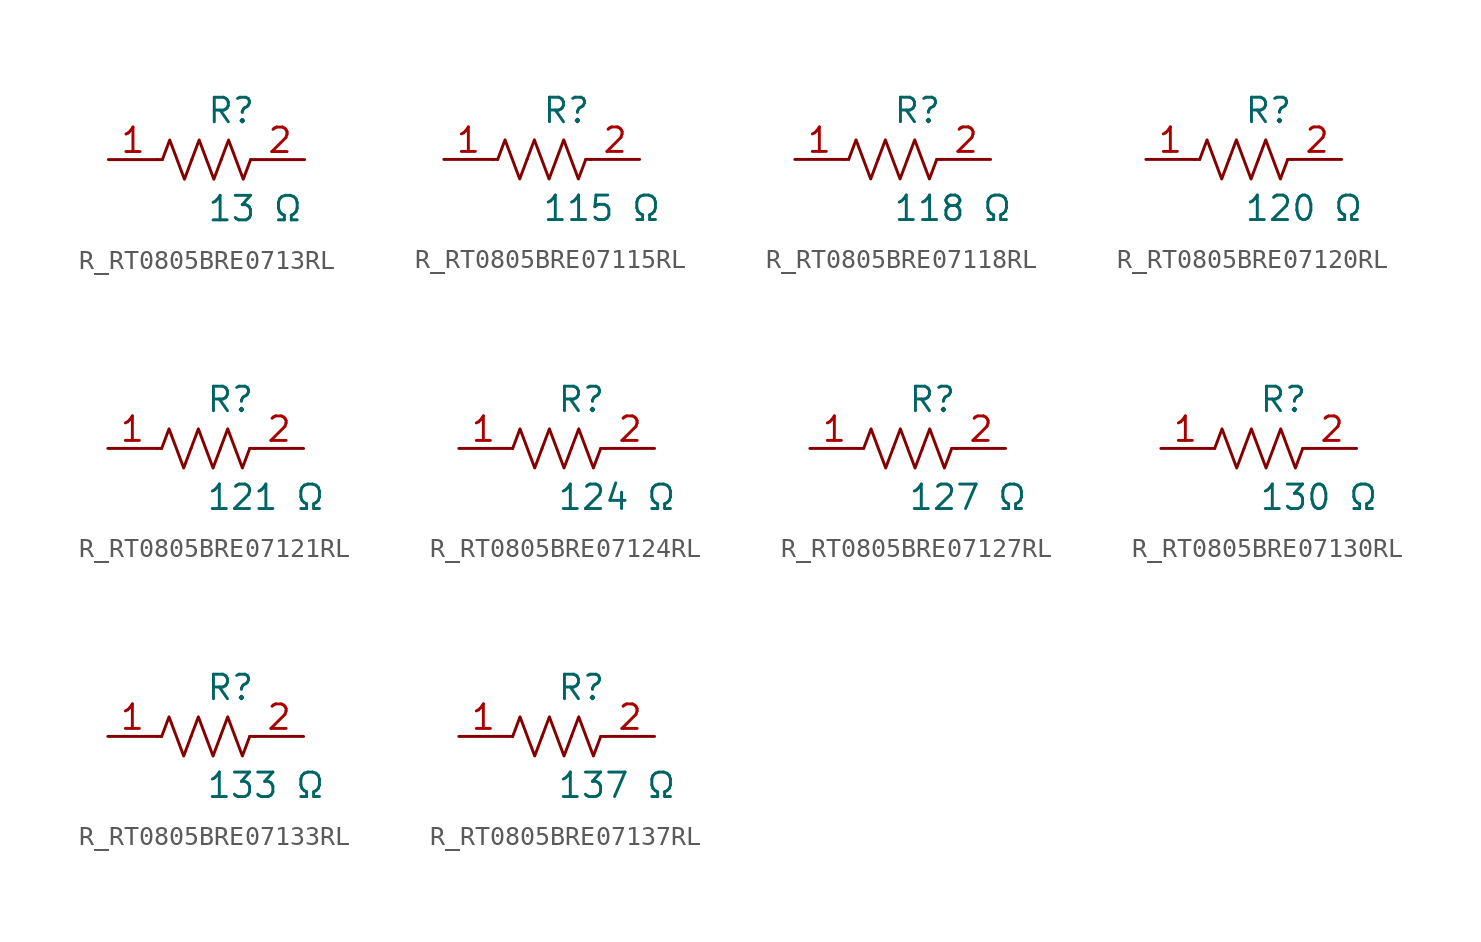
<source format=kicad_sym>
(kicad_symbol_lib
  (version 20231120)
  (generator kicad_symbol_editor)
  (generator_version 8.0)
  (symbol "R_RT0805BRE0713RL"
    (pin_names
      (offset 0.254))
    (property "Reference" "R"
      (at 0.0 2.54 0)
      (effects (font (size 1.27 1.27)) (justify left)))
    (property "Value" "13 Ω"
      (at 0.0 -2.54 0)
      (effects (font (size 1.27 1.27)) (justify left)))
    (symbol "R_RT0805BRE0713RL_0_1"
      (polyline (pts (xy 2.286 0) (xy 2.54 0)) (stroke (width 0) (type default)) (fill (type none)))
      (polyline (pts (xy -2.286 0) (xy -2.54 0)) (stroke (width 0) (type default)) (fill (type none)))
      (polyline (pts (xy 0.762 0) (xy 1.143 1.016) (xy 1.524 0) (xy 1.905 -1.016) (xy 2.286 0)) (stroke (width 0) (type default)) (fill (type none)))
      (polyline (pts (xy -0.762 0) (xy -0.381 1.016) (xy 0 0) (xy 0.381 -1.016) (xy 0.762 0)) (stroke (width 0) (type default)) (fill (type none)))
      (polyline (pts (xy -2.286 0) (xy -1.905 1.016) (xy -1.524 0) (xy -1.143 -1.016) (xy -0.762 0)) (stroke (width 0) (type default)) (fill (type none))))
    (pin unspecified line
      (at -5.08 0 0)
      (length 2.54)
      (name "" (effects (font (size 1.27 1.27))))
      (number "1" (effects (font (size 1.27 1.27)))))
    (pin unspecified line
      (at 5.08 0 180)
      (length 2.54)
      (name "" (effects (font (size 1.27 1.27))))
      (number "2" (effects (font (size 1.27 1.27))))))
  (symbol "R_RT0805BRE07115RL"
    (pin_names
      (offset 0.254))
    (property "Reference" "R"
      (at 0.0 2.54 0)
      (effects (font (size 1.27 1.27)) (justify left)))
    (property "Value" "115 Ω"
      (at 0.0 -2.54 0)
      (effects (font (size 1.27 1.27)) (justify left)))
    (symbol "R_RT0805BRE07115RL_0_1"
      (polyline (pts (xy 2.286 0) (xy 2.54 0)) (stroke (width 0) (type default)) (fill (type none)))
      (polyline (pts (xy -2.286 0) (xy -2.54 0)) (stroke (width 0) (type default)) (fill (type none)))
      (polyline (pts (xy 0.762 0) (xy 1.143 1.016) (xy 1.524 0) (xy 1.905 -1.016) (xy 2.286 0)) (stroke (width 0) (type default)) (fill (type none)))
      (polyline (pts (xy -0.762 0) (xy -0.381 1.016) (xy 0 0) (xy 0.381 -1.016) (xy 0.762 0)) (stroke (width 0) (type default)) (fill (type none)))
      (polyline (pts (xy -2.286 0) (xy -1.905 1.016) (xy -1.524 0) (xy -1.143 -1.016) (xy -0.762 0)) (stroke (width 0) (type default)) (fill (type none))))
    (pin unspecified line
      (at -5.08 0 0)
      (length 2.54)
      (name "" (effects (font (size 1.27 1.27))))
      (number "1" (effects (font (size 1.27 1.27)))))
    (pin unspecified line
      (at 5.08 0 180)
      (length 2.54)
      (name "" (effects (font (size 1.27 1.27))))
      (number "2" (effects (font (size 1.27 1.27))))))
  (symbol "R_RT0805BRE07118RL"
    (pin_names
      (offset 0.254))
    (property "Reference" "R"
      (at 0.0 2.54 0)
      (effects (font (size 1.27 1.27)) (justify left)))
    (property "Value" "118 Ω"
      (at 0.0 -2.54 0)
      (effects (font (size 1.27 1.27)) (justify left)))
    (symbol "R_RT0805BRE07118RL_0_1"
      (polyline (pts (xy 2.286 0) (xy 2.54 0)) (stroke (width 0) (type default)) (fill (type none)))
      (polyline (pts (xy -2.286 0) (xy -2.54 0)) (stroke (width 0) (type default)) (fill (type none)))
      (polyline (pts (xy 0.762 0) (xy 1.143 1.016) (xy 1.524 0) (xy 1.905 -1.016) (xy 2.286 0)) (stroke (width 0) (type default)) (fill (type none)))
      (polyline (pts (xy -0.762 0) (xy -0.381 1.016) (xy 0 0) (xy 0.381 -1.016) (xy 0.762 0)) (stroke (width 0) (type default)) (fill (type none)))
      (polyline (pts (xy -2.286 0) (xy -1.905 1.016) (xy -1.524 0) (xy -1.143 -1.016) (xy -0.762 0)) (stroke (width 0) (type default)) (fill (type none))))
    (pin unspecified line
      (at -5.08 0 0)
      (length 2.54)
      (name "" (effects (font (size 1.27 1.27))))
      (number "1" (effects (font (size 1.27 1.27)))))
    (pin unspecified line
      (at 5.08 0 180)
      (length 2.54)
      (name "" (effects (font (size 1.27 1.27))))
      (number "2" (effects (font (size 1.27 1.27))))))
  (symbol "R_RT0805BRE07120RL"
    (pin_names
      (offset 0.254))
    (property "Reference" "R"
      (at 0.0 2.54 0)
      (effects (font (size 1.27 1.27)) (justify left)))
    (property "Value" "120 Ω"
      (at 0.0 -2.54 0)
      (effects (font (size 1.27 1.27)) (justify left)))
    (symbol "R_RT0805BRE07120RL_0_1"
      (polyline (pts (xy 2.286 0) (xy 2.54 0)) (stroke (width 0) (type default)) (fill (type none)))
      (polyline (pts (xy -2.286 0) (xy -2.54 0)) (stroke (width 0) (type default)) (fill (type none)))
      (polyline (pts (xy 0.762 0) (xy 1.143 1.016) (xy 1.524 0) (xy 1.905 -1.016) (xy 2.286 0)) (stroke (width 0) (type default)) (fill (type none)))
      (polyline (pts (xy -0.762 0) (xy -0.381 1.016) (xy 0 0) (xy 0.381 -1.016) (xy 0.762 0)) (stroke (width 0) (type default)) (fill (type none)))
      (polyline (pts (xy -2.286 0) (xy -1.905 1.016) (xy -1.524 0) (xy -1.143 -1.016) (xy -0.762 0)) (stroke (width 0) (type default)) (fill (type none))))
    (pin unspecified line
      (at -5.08 0 0)
      (length 2.54)
      (name "" (effects (font (size 1.27 1.27))))
      (number "1" (effects (font (size 1.27 1.27)))))
    (pin unspecified line
      (at 5.08 0 180)
      (length 2.54)
      (name "" (effects (font (size 1.27 1.27))))
      (number "2" (effects (font (size 1.27 1.27))))))
  (symbol "R_RT0805BRE07121RL"
    (pin_names
      (offset 0.254))
    (property "Reference" "R"
      (at 0.0 2.54 0)
      (effects (font (size 1.27 1.27)) (justify left)))
    (property "Value" "121 Ω"
      (at 0.0 -2.54 0)
      (effects (font (size 1.27 1.27)) (justify left)))
    (symbol "R_RT0805BRE07121RL_0_1"
      (polyline (pts (xy 2.286 0) (xy 2.54 0)) (stroke (width 0) (type default)) (fill (type none)))
      (polyline (pts (xy -2.286 0) (xy -2.54 0)) (stroke (width 0) (type default)) (fill (type none)))
      (polyline (pts (xy 0.762 0) (xy 1.143 1.016) (xy 1.524 0) (xy 1.905 -1.016) (xy 2.286 0)) (stroke (width 0) (type default)) (fill (type none)))
      (polyline (pts (xy -0.762 0) (xy -0.381 1.016) (xy 0 0) (xy 0.381 -1.016) (xy 0.762 0)) (stroke (width 0) (type default)) (fill (type none)))
      (polyline (pts (xy -2.286 0) (xy -1.905 1.016) (xy -1.524 0) (xy -1.143 -1.016) (xy -0.762 0)) (stroke (width 0) (type default)) (fill (type none))))
    (pin unspecified line
      (at -5.08 0 0)
      (length 2.54)
      (name "" (effects (font (size 1.27 1.27))))
      (number "1" (effects (font (size 1.27 1.27)))))
    (pin unspecified line
      (at 5.08 0 180)
      (length 2.54)
      (name "" (effects (font (size 1.27 1.27))))
      (number "2" (effects (font (size 1.27 1.27))))))
  (symbol "R_RT0805BRE07124RL"
    (pin_names
      (offset 0.254))
    (property "Reference" "R"
      (at 0.0 2.54 0)
      (effects (font (size 1.27 1.27)) (justify left)))
    (property "Value" "124 Ω"
      (at 0.0 -2.54 0)
      (effects (font (size 1.27 1.27)) (justify left)))
    (symbol "R_RT0805BRE07124RL_0_1"
      (polyline (pts (xy 2.286 0) (xy 2.54 0)) (stroke (width 0) (type default)) (fill (type none)))
      (polyline (pts (xy -2.286 0) (xy -2.54 0)) (stroke (width 0) (type default)) (fill (type none)))
      (polyline (pts (xy 0.762 0) (xy 1.143 1.016) (xy 1.524 0) (xy 1.905 -1.016) (xy 2.286 0)) (stroke (width 0) (type default)) (fill (type none)))
      (polyline (pts (xy -0.762 0) (xy -0.381 1.016) (xy 0 0) (xy 0.381 -1.016) (xy 0.762 0)) (stroke (width 0) (type default)) (fill (type none)))
      (polyline (pts (xy -2.286 0) (xy -1.905 1.016) (xy -1.524 0) (xy -1.143 -1.016) (xy -0.762 0)) (stroke (width 0) (type default)) (fill (type none))))
    (pin unspecified line
      (at -5.08 0 0)
      (length 2.54)
      (name "" (effects (font (size 1.27 1.27))))
      (number "1" (effects (font (size 1.27 1.27)))))
    (pin unspecified line
      (at 5.08 0 180)
      (length 2.54)
      (name "" (effects (font (size 1.27 1.27))))
      (number "2" (effects (font (size 1.27 1.27))))))
  (symbol "R_RT0805BRE07127RL"
    (pin_names
      (offset 0.254))
    (property "Reference" "R"
      (at 0.0 2.54 0)
      (effects (font (size 1.27 1.27)) (justify left)))
    (property "Value" "127 Ω"
      (at 0.0 -2.54 0)
      (effects (font (size 1.27 1.27)) (justify left)))
    (symbol "R_RT0805BRE07127RL_0_1"
      (polyline (pts (xy 2.286 0) (xy 2.54 0)) (stroke (width 0) (type default)) (fill (type none)))
      (polyline (pts (xy -2.286 0) (xy -2.54 0)) (stroke (width 0) (type default)) (fill (type none)))
      (polyline (pts (xy 0.762 0) (xy 1.143 1.016) (xy 1.524 0) (xy 1.905 -1.016) (xy 2.286 0)) (stroke (width 0) (type default)) (fill (type none)))
      (polyline (pts (xy -0.762 0) (xy -0.381 1.016) (xy 0 0) (xy 0.381 -1.016) (xy 0.762 0)) (stroke (width 0) (type default)) (fill (type none)))
      (polyline (pts (xy -2.286 0) (xy -1.905 1.016) (xy -1.524 0) (xy -1.143 -1.016) (xy -0.762 0)) (stroke (width 0) (type default)) (fill (type none))))
    (pin unspecified line
      (at -5.08 0 0)
      (length 2.54)
      (name "" (effects (font (size 1.27 1.27))))
      (number "1" (effects (font (size 1.27 1.27)))))
    (pin unspecified line
      (at 5.08 0 180)
      (length 2.54)
      (name "" (effects (font (size 1.27 1.27))))
      (number "2" (effects (font (size 1.27 1.27))))))
  (symbol "R_RT0805BRE07130RL"
    (pin_names
      (offset 0.254))
    (property "Reference" "R"
      (at 0.0 2.54 0)
      (effects (font (size 1.27 1.27)) (justify left)))
    (property "Value" "130 Ω"
      (at 0.0 -2.54 0)
      (effects (font (size 1.27 1.27)) (justify left)))
    (symbol "R_RT0805BRE07130RL_0_1"
      (polyline (pts (xy 2.286 0) (xy 2.54 0)) (stroke (width 0) (type default)) (fill (type none)))
      (polyline (pts (xy -2.286 0) (xy -2.54 0)) (stroke (width 0) (type default)) (fill (type none)))
      (polyline (pts (xy 0.762 0) (xy 1.143 1.016) (xy 1.524 0) (xy 1.905 -1.016) (xy 2.286 0)) (stroke (width 0) (type default)) (fill (type none)))
      (polyline (pts (xy -0.762 0) (xy -0.381 1.016) (xy 0 0) (xy 0.381 -1.016) (xy 0.762 0)) (stroke (width 0) (type default)) (fill (type none)))
      (polyline (pts (xy -2.286 0) (xy -1.905 1.016) (xy -1.524 0) (xy -1.143 -1.016) (xy -0.762 0)) (stroke (width 0) (type default)) (fill (type none))))
    (pin unspecified line
      (at -5.08 0 0)
      (length 2.54)
      (name "" (effects (font (size 1.27 1.27))))
      (number "1" (effects (font (size 1.27 1.27)))))
    (pin unspecified line
      (at 5.08 0 180)
      (length 2.54)
      (name "" (effects (font (size 1.27 1.27))))
      (number "2" (effects (font (size 1.27 1.27))))))
  (symbol "R_RT0805BRE07133RL"
    (pin_names
      (offset 0.254))
    (property "Reference" "R"
      (at 0.0 2.54 0)
      (effects (font (size 1.27 1.27)) (justify left)))
    (property "Value" "133 Ω"
      (at 0.0 -2.54 0)
      (effects (font (size 1.27 1.27)) (justify left)))
    (symbol "R_RT0805BRE07133RL_0_1"
      (polyline (pts (xy 2.286 0) (xy 2.54 0)) (stroke (width 0) (type default)) (fill (type none)))
      (polyline (pts (xy -2.286 0) (xy -2.54 0)) (stroke (width 0) (type default)) (fill (type none)))
      (polyline (pts (xy 0.762 0) (xy 1.143 1.016) (xy 1.524 0) (xy 1.905 -1.016) (xy 2.286 0)) (stroke (width 0) (type default)) (fill (type none)))
      (polyline (pts (xy -0.762 0) (xy -0.381 1.016) (xy 0 0) (xy 0.381 -1.016) (xy 0.762 0)) (stroke (width 0) (type default)) (fill (type none)))
      (polyline (pts (xy -2.286 0) (xy -1.905 1.016) (xy -1.524 0) (xy -1.143 -1.016) (xy -0.762 0)) (stroke (width 0) (type default)) (fill (type none))))
    (pin unspecified line
      (at -5.08 0 0)
      (length 2.54)
      (name "" (effects (font (size 1.27 1.27))))
      (number "1" (effects (font (size 1.27 1.27)))))
    (pin unspecified line
      (at 5.08 0 180)
      (length 2.54)
      (name "" (effects (font (size 1.27 1.27))))
      (number "2" (effects (font (size 1.27 1.27))))))
  (symbol "R_RT0805BRE07137RL"
    (pin_names
      (offset 0.254))
    (property "Reference" "R"
      (at 0.0 2.54 0)
      (effects (font (size 1.27 1.27)) (justify left)))
    (property "Value" "137 Ω"
      (at 0.0 -2.54 0)
      (effects (font (size 1.27 1.27)) (justify left)))
    (symbol "R_RT0805BRE07137RL_0_1"
      (polyline (pts (xy 2.286 0) (xy 2.54 0)) (stroke (width 0) (type default)) (fill (type none)))
      (polyline (pts (xy -2.286 0) (xy -2.54 0)) (stroke (width 0) (type default)) (fill (type none)))
      (polyline (pts (xy 0.762 0) (xy 1.143 1.016) (xy 1.524 0) (xy 1.905 -1.016) (xy 2.286 0)) (stroke (width 0) (type default)) (fill (type none)))
      (polyline (pts (xy -0.762 0) (xy -0.381 1.016) (xy 0 0) (xy 0.381 -1.016) (xy 0.762 0)) (stroke (width 0) (type default)) (fill (type none)))
      (polyline (pts (xy -2.286 0) (xy -1.905 1.016) (xy -1.524 0) (xy -1.143 -1.016) (xy -0.762 0)) (stroke (width 0) (type default)) (fill (type none))))
    (pin unspecified line
      (at -5.08 0 0)
      (length 2.54)
      (name "" (effects (font (size 1.27 1.27))))
      (number "1" (effects (font (size 1.27 1.27)))))
    (pin unspecified line
      (at 5.08 0 180)
      (length 2.54)
      (name "" (effects (font (size 1.27 1.27))))
      (number "2" (effects (font (size 1.27 1.27)))))))
</source>
